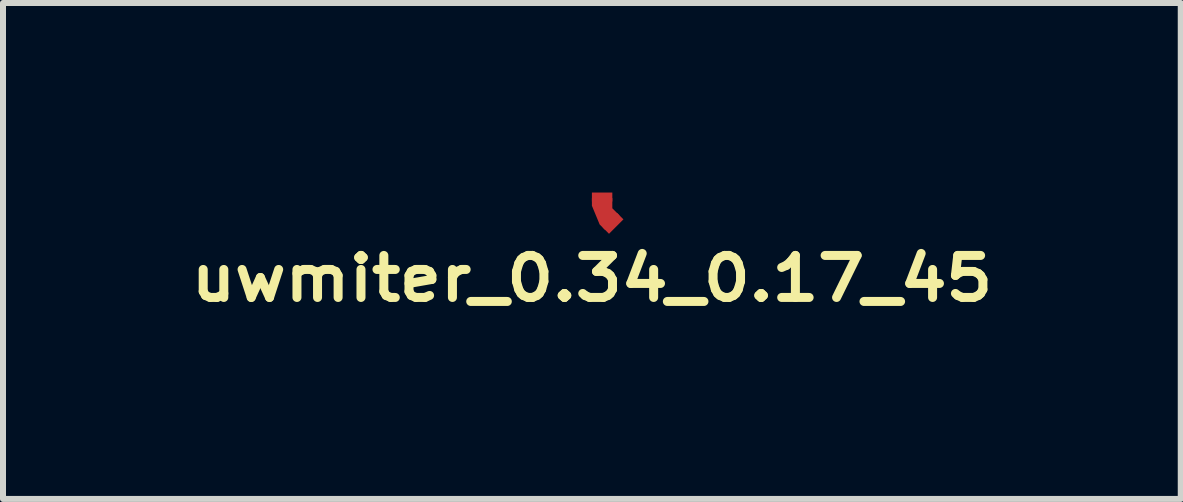
<source format=kicad_pcb>
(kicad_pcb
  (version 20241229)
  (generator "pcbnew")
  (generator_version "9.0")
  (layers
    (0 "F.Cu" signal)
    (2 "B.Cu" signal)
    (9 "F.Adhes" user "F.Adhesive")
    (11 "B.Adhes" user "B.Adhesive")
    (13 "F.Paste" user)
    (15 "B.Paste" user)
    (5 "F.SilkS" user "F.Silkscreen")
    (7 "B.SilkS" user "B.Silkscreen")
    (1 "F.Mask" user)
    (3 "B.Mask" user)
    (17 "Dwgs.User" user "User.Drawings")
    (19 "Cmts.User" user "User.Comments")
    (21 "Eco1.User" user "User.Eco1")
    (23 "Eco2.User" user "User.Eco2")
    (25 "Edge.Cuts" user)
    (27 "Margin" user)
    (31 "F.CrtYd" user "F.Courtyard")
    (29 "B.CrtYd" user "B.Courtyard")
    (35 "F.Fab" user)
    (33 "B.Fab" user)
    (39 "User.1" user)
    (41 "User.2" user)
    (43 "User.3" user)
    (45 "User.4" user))
  (footprint "uwmiter_0.34_0.17_45"
    (layer "F.Cu")
    (at 6.812 0.25)
    (property "Reference" "uwmiter_0.34_0.17_45" (at 0 1.34 0) (layer "F.SilkS") (effects (font (size 0.7 0.8) (thickness 0.15))))
    (attr through_hole)
    (fp_poly (pts (xy 0 0) (xy 0.34 0) (xy 0.34 0.17) (xy 0.46 0.29) (xy 0.22 0.531) (xy 0.129 0.44) (xy 0 0.128) (xy 0 0)) (stroke (width 0) (type solid)) (fill yes) (layer "F.Cu"))
    (pad "1" smd rect (at 0.17 -0.017) (size 0.34 0.15) (layers "F.Cu"))
    (pad "2" smd rect (at 0.352 0.422 315) (size 0.15 0.34) (layers "F.Cu")))
  (gr_rect
    (start -3 -3)
    (end 16.623 5.263)
    (stroke (width 0.1) (type default))
    (fill no)
    (layer "Edge.Cuts")))
</source>
